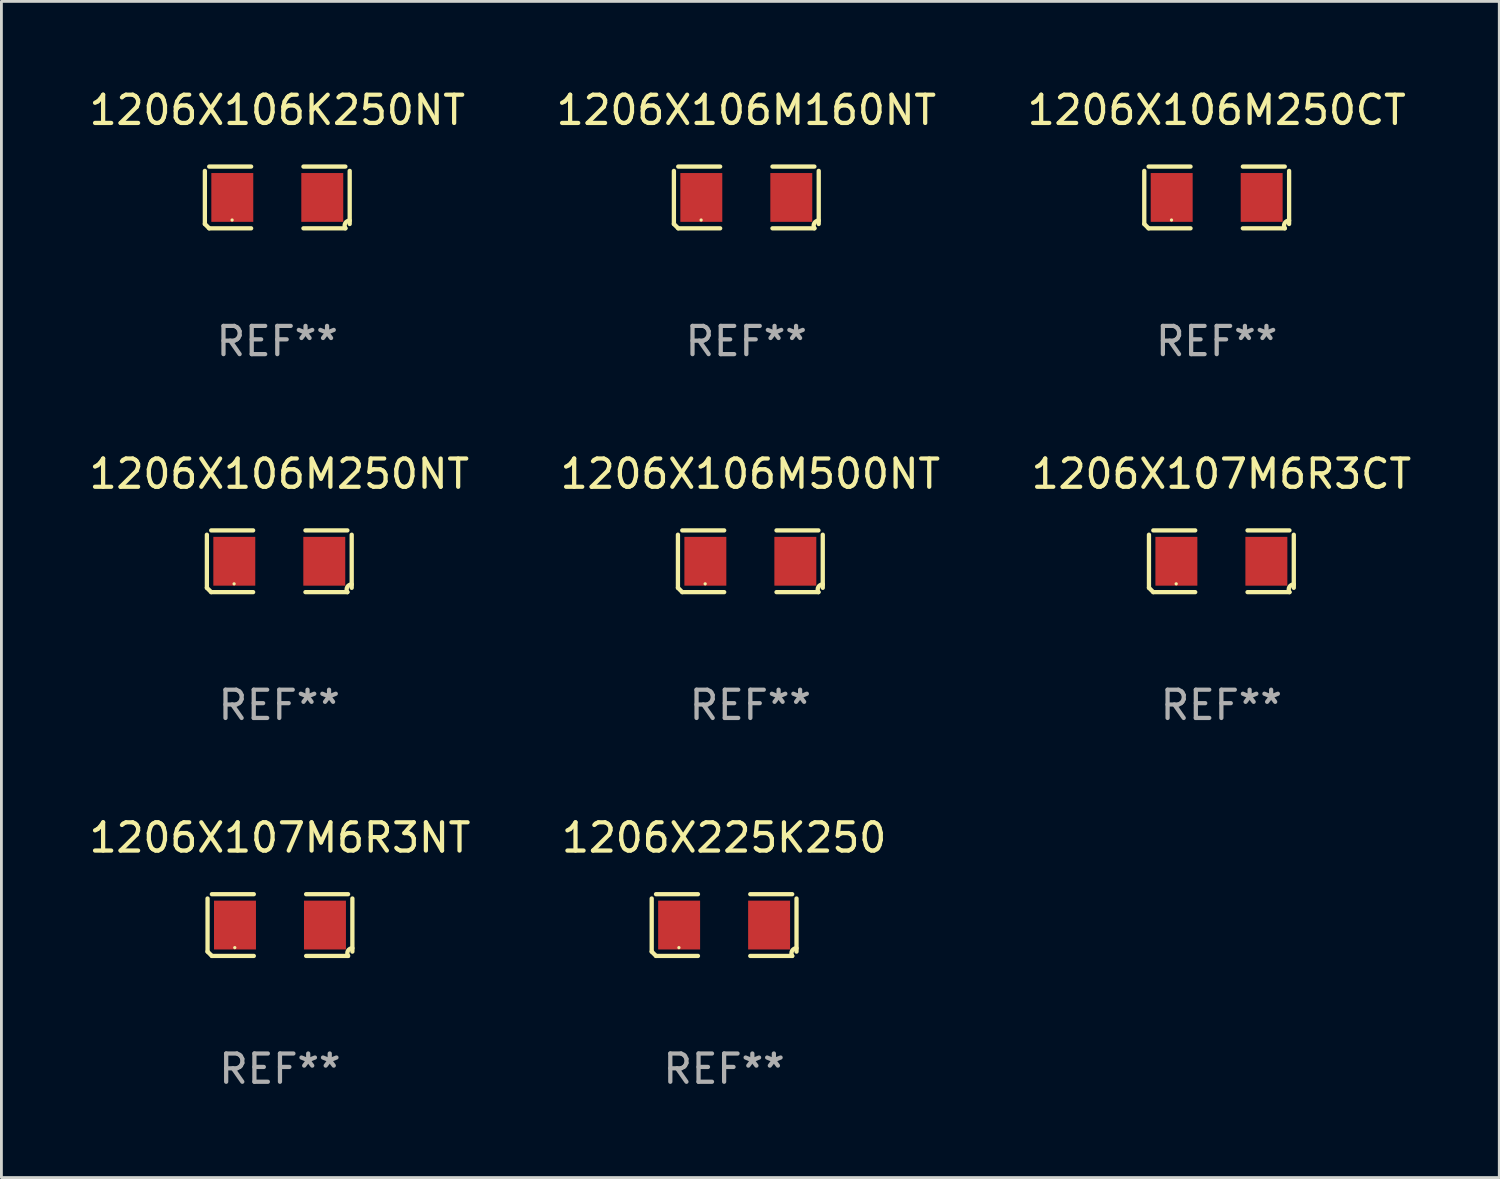
<source format=kicad_pcb>
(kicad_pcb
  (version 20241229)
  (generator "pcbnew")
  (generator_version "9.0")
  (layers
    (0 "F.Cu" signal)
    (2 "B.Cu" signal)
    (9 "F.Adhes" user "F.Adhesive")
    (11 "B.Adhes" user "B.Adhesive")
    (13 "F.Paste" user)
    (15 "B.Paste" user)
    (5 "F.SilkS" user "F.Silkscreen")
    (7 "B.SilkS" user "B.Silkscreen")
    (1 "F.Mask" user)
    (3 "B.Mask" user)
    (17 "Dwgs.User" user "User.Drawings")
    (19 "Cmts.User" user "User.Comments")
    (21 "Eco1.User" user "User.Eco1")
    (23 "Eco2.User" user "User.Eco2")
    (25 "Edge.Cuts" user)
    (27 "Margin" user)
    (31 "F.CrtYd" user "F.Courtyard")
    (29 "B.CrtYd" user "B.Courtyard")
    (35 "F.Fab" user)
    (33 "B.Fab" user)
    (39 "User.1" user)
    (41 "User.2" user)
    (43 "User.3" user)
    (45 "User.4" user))
  (footprint "1206X225K250"
    (layer "F.Cu")
    (at 22.589 29.704)
    (property "Reference" "1206X225K250" (at 0 -3.093 0) (layer "F.SilkS") (effects (font (size 1 1) (thickness 0.15))))
    (attr through_hole)
    (fp_line (start -2.564 0.94) (end -2.564 -0.94) (stroke (width 0.152) (type solid)) (layer "F.SilkS"))
    (fp_line (start -2.411 -1.093) (end -0.926 -1.093) (stroke (width 0.152) (type solid)) (layer "F.SilkS"))
    (fp_line (start -0.926 1.093) (end -2.411 1.093) (stroke (width 0.152) (type solid)) (layer "F.SilkS"))
    (fp_line (start 0.926 1.093) (end 2.411 1.093) (stroke (width 0.152) (type solid)) (layer "F.SilkS"))
    (fp_line (start 2.411 -1.093) (end 0.926 -1.093) (stroke (width 0.152) (type solid)) (layer "F.SilkS"))
    (fp_line (start 2.564 0.94) (end 2.564 -0.94) (stroke (width 0.152) (type solid)) (layer "F.SilkS"))
    (fp_arc (start -2.411201 1.092609) (mid -2.487413 1.01642) (end -2.563602 0.940208) (stroke (width 0.1524) (type solid)) (layer "F.SilkS"))
    (fp_arc (start 2.411201 1.092609) (mid 2.407159 0.911226) (end 2.563602 0.819347) (stroke (width 0.1524) (type solid)) (layer "F.SilkS"))
    (fp_circle (center -1.6 0.8) (end -1.57 0.8) (stroke (width 0.06) (type solid)) (fill no) (layer "F.SilkS"))
    (fp_text user "REF**" (at 0 5.093 0) (layer "F.Fab") (effects (font (size 1 1) (thickness 0.15))))
    (pad "1" smd rect (at -1.593 0) (size 1.485 1.728) (layers "F.Cu" "F.Mask" "F.Paste"))
    (pad "2" smd rect (at 1.593 0) (size 1.485 1.728) (layers "F.Cu" "F.Mask" "F.Paste")))
  (footprint "1206X106M250CT"
    (layer "F.Cu")
    (at 40.03 3.941)
    (property "Reference" "1206X106M250CT" (at 0 -3.093 0) (layer "F.SilkS") (effects (font (size 1 1) (thickness 0.15))))
    (attr through_hole)
    (fp_line (start -2.564 0.94) (end -2.564 -0.94) (stroke (width 0.152) (type solid)) (layer "F.SilkS"))
    (fp_line (start -2.411 -1.093) (end -0.926 -1.093) (stroke (width 0.152) (type solid)) (layer "F.SilkS"))
    (fp_line (start -0.926 1.093) (end -2.411 1.093) (stroke (width 0.152) (type solid)) (layer "F.SilkS"))
    (fp_line (start 0.926 1.093) (end 2.411 1.093) (stroke (width 0.152) (type solid)) (layer "F.SilkS"))
    (fp_line (start 2.411 -1.093) (end 0.926 -1.093) (stroke (width 0.152) (type solid)) (layer "F.SilkS"))
    (fp_line (start 2.564 0.94) (end 2.564 -0.94) (stroke (width 0.152) (type solid)) (layer "F.SilkS"))
    (fp_arc (start -2.411201 1.092609) (mid -2.487413 1.01642) (end -2.563602 0.940208) (stroke (width 0.1524) (type solid)) (layer "F.SilkS"))
    (fp_arc (start 2.411201 1.092609) (mid 2.407159 0.911226) (end 2.563602 0.819347) (stroke (width 0.1524) (type solid)) (layer "F.SilkS"))
    (fp_circle (center -1.6 0.8) (end -1.57 0.8) (stroke (width 0.06) (type solid)) (fill no) (layer "F.SilkS"))
    (fp_text user "REF**" (at 0 5.093 0) (layer "F.Fab") (effects (font (size 1 1) (thickness 0.15))))
    (pad "1" smd rect (at -1.593 0) (size 1.485 1.728) (layers "F.Cu" "F.Mask" "F.Paste"))
    (pad "2" smd rect (at 1.593 0) (size 1.485 1.728) (layers "F.Cu" "F.Mask" "F.Paste")))
  (footprint "1206X106M500NT"
    (layer "F.Cu")
    (at 23.518 16.823)
    (property "Reference" "1206X106M500NT" (at 0 -3.093 0) (layer "F.SilkS") (effects (font (size 1 1) (thickness 0.15))))
    (attr through_hole)
    (fp_line (start -2.564 0.94) (end -2.564 -0.94) (stroke (width 0.152) (type solid)) (layer "F.SilkS"))
    (fp_line (start -2.411 -1.093) (end -0.926 -1.093) (stroke (width 0.152) (type solid)) (layer "F.SilkS"))
    (fp_line (start -0.926 1.093) (end -2.411 1.093) (stroke (width 0.152) (type solid)) (layer "F.SilkS"))
    (fp_line (start 0.926 1.093) (end 2.411 1.093) (stroke (width 0.152) (type solid)) (layer "F.SilkS"))
    (fp_line (start 2.411 -1.093) (end 0.926 -1.093) (stroke (width 0.152) (type solid)) (layer "F.SilkS"))
    (fp_line (start 2.564 0.94) (end 2.564 -0.94) (stroke (width 0.152) (type solid)) (layer "F.SilkS"))
    (fp_arc (start -2.411201 1.092609) (mid -2.487413 1.01642) (end -2.563602 0.940208) (stroke (width 0.1524) (type solid)) (layer "F.SilkS"))
    (fp_arc (start 2.411201 1.092609) (mid 2.407159 0.911226) (end 2.563602 0.819347) (stroke (width 0.1524) (type solid)) (layer "F.SilkS"))
    (fp_circle (center -1.6 0.8) (end -1.57 0.8) (stroke (width 0.06) (type solid)) (fill no) (layer "F.SilkS"))
    (fp_text user "REF**" (at 0 5.093 0) (layer "F.Fab") (effects (font (size 1 1) (thickness 0.15))))
    (pad "1" smd rect (at -1.593 0) (size 1.485 1.728) (layers "F.Cu" "F.Mask" "F.Paste"))
    (pad "2" smd rect (at 1.593 0) (size 1.485 1.728) (layers "F.Cu" "F.Mask" "F.Paste")))
  (footprint "1206X106M250NT"
    (layer "F.Cu")
    (at 6.839 16.823)
    (property "Reference" "1206X106M250NT" (at 0 -3.093 0) (layer "F.SilkS") (effects (font (size 1 1) (thickness 0.15))))
    (attr through_hole)
    (fp_line (start -2.564 0.94) (end -2.564 -0.94) (stroke (width 0.152) (type solid)) (layer "F.SilkS"))
    (fp_line (start -2.411 -1.093) (end -0.926 -1.093) (stroke (width 0.152) (type solid)) (layer "F.SilkS"))
    (fp_line (start -0.926 1.093) (end -2.411 1.093) (stroke (width 0.152) (type solid)) (layer "F.SilkS"))
    (fp_line (start 0.926 1.093) (end 2.411 1.093) (stroke (width 0.152) (type solid)) (layer "F.SilkS"))
    (fp_line (start 2.411 -1.093) (end 0.926 -1.093) (stroke (width 0.152) (type solid)) (layer "F.SilkS"))
    (fp_line (start 2.564 0.94) (end 2.564 -0.94) (stroke (width 0.152) (type solid)) (layer "F.SilkS"))
    (fp_arc (start -2.411201 1.092609) (mid -2.487413 1.01642) (end -2.563602 0.940208) (stroke (width 0.1524) (type solid)) (layer "F.SilkS"))
    (fp_arc (start 2.411201 1.092609) (mid 2.407159 0.911226) (end 2.563602 0.819347) (stroke (width 0.1524) (type solid)) (layer "F.SilkS"))
    (fp_circle (center -1.6 0.8) (end -1.57 0.8) (stroke (width 0.06) (type solid)) (fill no) (layer "F.SilkS"))
    (fp_text user "REF**" (at 0 5.093 0) (layer "F.Fab") (effects (font (size 1 1) (thickness 0.15))))
    (pad "1" smd rect (at -1.593 0) (size 1.485 1.728) (layers "F.Cu" "F.Mask" "F.Paste"))
    (pad "2" smd rect (at 1.593 0) (size 1.485 1.728) (layers "F.Cu" "F.Mask" "F.Paste")))
  (footprint "1206X107M6R3NT"
    (layer "F.Cu")
    (at 6.863 29.704)
    (property "Reference" "1206X107M6R3NT" (at 0 -3.093 0) (layer "F.SilkS") (effects (font (size 1 1) (thickness 0.15))))
    (attr through_hole)
    (fp_line (start -2.564 0.94) (end -2.564 -0.94) (stroke (width 0.152) (type solid)) (layer "F.SilkS"))
    (fp_line (start -2.411 -1.093) (end -0.926 -1.093) (stroke (width 0.152) (type solid)) (layer "F.SilkS"))
    (fp_line (start -0.926 1.093) (end -2.411 1.093) (stroke (width 0.152) (type solid)) (layer "F.SilkS"))
    (fp_line (start 0.926 1.093) (end 2.411 1.093) (stroke (width 0.152) (type solid)) (layer "F.SilkS"))
    (fp_line (start 2.411 -1.093) (end 0.926 -1.093) (stroke (width 0.152) (type solid)) (layer "F.SilkS"))
    (fp_line (start 2.564 0.94) (end 2.564 -0.94) (stroke (width 0.152) (type solid)) (layer "F.SilkS"))
    (fp_arc (start -2.411201 1.092609) (mid -2.487413 1.01642) (end -2.563602 0.940208) (stroke (width 0.1524) (type solid)) (layer "F.SilkS"))
    (fp_arc (start 2.411201 1.092609) (mid 2.407159 0.911226) (end 2.563602 0.819347) (stroke (width 0.1524) (type solid)) (layer "F.SilkS"))
    (fp_circle (center -1.6 0.8) (end -1.57 0.8) (stroke (width 0.06) (type solid)) (fill no) (layer "F.SilkS"))
    (fp_text user "REF**" (at 0 5.093 0) (layer "F.Fab") (effects (font (size 1 1) (thickness 0.15))))
    (pad "1" smd rect (at -1.593 0) (size 1.485 1.728) (layers "F.Cu" "F.Mask" "F.Paste"))
    (pad "2" smd rect (at 1.593 0) (size 1.485 1.728) (layers "F.Cu" "F.Mask" "F.Paste")))
  (footprint "1206X106M160NT"
    (layer "F.Cu")
    (at 23.375 3.941)
    (property "Reference" "1206X106M160NT" (at 0 -3.093 0) (layer "F.SilkS") (effects (font (size 1 1) (thickness 0.15))))
    (attr through_hole)
    (fp_line (start -2.564 0.94) (end -2.564 -0.94) (stroke (width 0.152) (type solid)) (layer "F.SilkS"))
    (fp_line (start -2.411 -1.093) (end -0.926 -1.093) (stroke (width 0.152) (type solid)) (layer "F.SilkS"))
    (fp_line (start -0.926 1.093) (end -2.411 1.093) (stroke (width 0.152) (type solid)) (layer "F.SilkS"))
    (fp_line (start 0.926 1.093) (end 2.411 1.093) (stroke (width 0.152) (type solid)) (layer "F.SilkS"))
    (fp_line (start 2.411 -1.093) (end 0.926 -1.093) (stroke (width 0.152) (type solid)) (layer "F.SilkS"))
    (fp_line (start 2.564 0.94) (end 2.564 -0.94) (stroke (width 0.152) (type solid)) (layer "F.SilkS"))
    (fp_arc (start -2.411201 1.092609) (mid -2.487413 1.01642) (end -2.563602 0.940208) (stroke (width 0.1524) (type solid)) (layer "F.SilkS"))
    (fp_arc (start 2.411201 1.092609) (mid 2.407159 0.911226) (end 2.563602 0.819347) (stroke (width 0.1524) (type solid)) (layer "F.SilkS"))
    (fp_circle (center -1.6 0.8) (end -1.57 0.8) (stroke (width 0.06) (type solid)) (fill no) (layer "F.SilkS"))
    (fp_text user "REF**" (at 0 5.093 0) (layer "F.Fab") (effects (font (size 1 1) (thickness 0.15))))
    (pad "1" smd rect (at -1.593 0) (size 1.485 1.728) (layers "F.Cu" "F.Mask" "F.Paste"))
    (pad "2" smd rect (at 1.593 0) (size 1.485 1.728) (layers "F.Cu" "F.Mask" "F.Paste")))
  (footprint "1206X107M6R3CT"
    (layer "F.Cu")
    (at 40.196 16.823)
    (property "Reference" "1206X107M6R3CT" (at 0 -3.093 0) (layer "F.SilkS") (effects (font (size 1 1) (thickness 0.15))))
    (attr through_hole)
    (fp_line (start -2.564 0.94) (end -2.564 -0.94) (stroke (width 0.152) (type solid)) (layer "F.SilkS"))
    (fp_line (start -2.411 -1.093) (end -0.926 -1.093) (stroke (width 0.152) (type solid)) (layer "F.SilkS"))
    (fp_line (start -0.926 1.093) (end -2.411 1.093) (stroke (width 0.152) (type solid)) (layer "F.SilkS"))
    (fp_line (start 0.926 1.093) (end 2.411 1.093) (stroke (width 0.152) (type solid)) (layer "F.SilkS"))
    (fp_line (start 2.411 -1.093) (end 0.926 -1.093) (stroke (width 0.152) (type solid)) (layer "F.SilkS"))
    (fp_line (start 2.564 0.94) (end 2.564 -0.94) (stroke (width 0.152) (type solid)) (layer "F.SilkS"))
    (fp_arc (start -2.411201 1.092609) (mid -2.487413 1.01642) (end -2.563602 0.940208) (stroke (width 0.1524) (type solid)) (layer "F.SilkS"))
    (fp_arc (start 2.411201 1.092609) (mid 2.407159 0.911226) (end 2.563602 0.819347) (stroke (width 0.1524) (type solid)) (layer "F.SilkS"))
    (fp_circle (center -1.6 0.8) (end -1.57 0.8) (stroke (width 0.06) (type solid)) (fill no) (layer "F.SilkS"))
    (fp_text user "REF**" (at 0 5.093 0) (layer "F.Fab") (effects (font (size 1 1) (thickness 0.15))))
    (pad "1" smd rect (at -1.593 0) (size 1.485 1.728) (layers "F.Cu" "F.Mask" "F.Paste"))
    (pad "2" smd rect (at 1.593 0) (size 1.485 1.728) (layers "F.Cu" "F.Mask" "F.Paste")))
  (footprint "1206X106K250NT"
    (layer "F.Cu")
    (at 6.768 3.941)
    (property "Reference" "1206X106K250NT" (at 0 -3.093 0) (layer "F.SilkS") (effects (font (size 1 1) (thickness 0.15))))
    (attr through_hole)
    (fp_line (start -2.564 0.94) (end -2.564 -0.94) (stroke (width 0.152) (type solid)) (layer "F.SilkS"))
    (fp_line (start -2.411 -1.093) (end -0.926 -1.093) (stroke (width 0.152) (type solid)) (layer "F.SilkS"))
    (fp_line (start -0.926 1.093) (end -2.411 1.093) (stroke (width 0.152) (type solid)) (layer "F.SilkS"))
    (fp_line (start 0.926 1.093) (end 2.411 1.093) (stroke (width 0.152) (type solid)) (layer "F.SilkS"))
    (fp_line (start 2.411 -1.093) (end 0.926 -1.093) (stroke (width 0.152) (type solid)) (layer "F.SilkS"))
    (fp_line (start 2.564 0.94) (end 2.564 -0.94) (stroke (width 0.152) (type solid)) (layer "F.SilkS"))
    (fp_arc (start -2.411201 1.092609) (mid -2.487413 1.01642) (end -2.563602 0.940208) (stroke (width 0.1524) (type solid)) (layer "F.SilkS"))
    (fp_arc (start 2.411201 1.092609) (mid 2.407159 0.911226) (end 2.563602 0.819347) (stroke (width 0.1524) (type solid)) (layer "F.SilkS"))
    (fp_circle (center -1.6 0.8) (end -1.57 0.8) (stroke (width 0.06) (type solid)) (fill no) (layer "F.SilkS"))
    (fp_text user "REF**" (at 0 5.093 0) (layer "F.Fab") (effects (font (size 1 1) (thickness 0.15))))
    (pad "1" smd rect (at -1.593 0) (size 1.485 1.728) (layers "F.Cu" "F.Mask" "F.Paste"))
    (pad "2" smd rect (at 1.593 0) (size 1.485 1.728) (layers "F.Cu" "F.Mask" "F.Paste")))
  (gr_rect
    (start -3 -3)
    (end 50.036 38.645)
    (stroke (width 0.1) (type default))
    (fill no)
    (layer "Edge.Cuts")))
</source>
